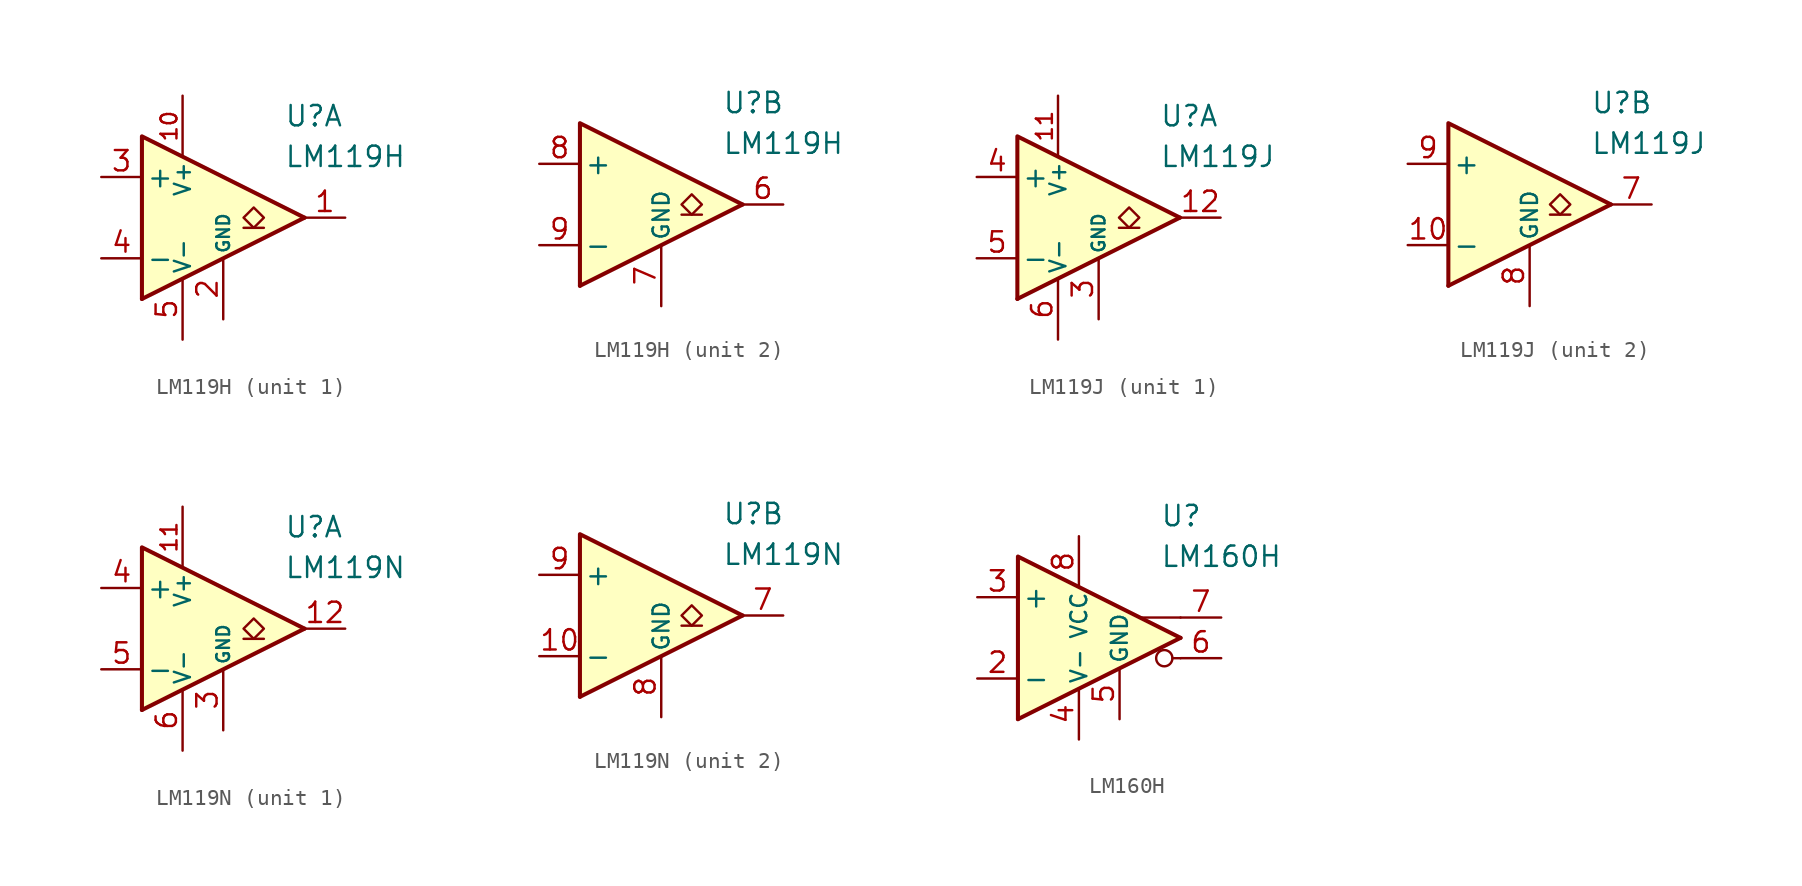
<source format=kicad_sym>
(kicad_symbol_lib
  (version 20231120)
  (generator "kicad_symbol_editor")
  (generator_version "8.0")
  (symbol "LM119H"
    (pin_names
      (offset 0.254))
    (property "Reference" "U"
      (at 6.35 6.35 0)
      (effects (font (size 1.27 1.27)) (justify left)))
    (property "Value" "LM119H"
      (at 6.35 3.81 0)
      (effects (font (size 1.27 1.27)) (justify left)))
    (property "ki_locked" ""
      (at 0 0 0)
      (effects (font (size 1.27 1.27))))
    (symbol "LM119H_0_0"
      (polyline (pts (xy 7.62 0) (xy -2.54 -5.08)) (stroke (width 0.254) (type default)) (fill (type none)))
      (polyline (pts (xy 7.62 0) (xy -2.54 5.08) (xy -2.54 -5.08)) (stroke (width 0.254) (type default)) (fill (type background))))
    (symbol "LM119H_1_1"
      (polyline (pts (xy 5.08 -0.635) (xy 3.81 -0.635)) (stroke (width 0.152) (type default)) (fill (type none)))
      (polyline (pts (xy 4.445 -0.635) (xy 3.81 0) (xy 4.445 0.635) (xy 5.08 0) (xy 4.445 -0.635)) (stroke (width 0.152) (type default)) (fill (type none)))
      (pin open_collector line (at 10.16 0 180) (length 2.54) (name "~" (effects (font (size 1.27 1.27)))) (number "1" (effects (font (size 1.27 1.27)))))
      (pin power_in line (at 0 7.62 270) (length 3.81) (name "V+" (effects (font (size 1 1)))) (number "10" (effects (font (size 1 1)))))
      (pin power_in line (at 2.54 -6.35 90) (length 3.81) (name "GND" (effects (font (size 0.8 0.8)))) (number "2" (effects (font (size 1.27 1.27)))))
      (pin input line (at -5.08 2.54 0) (length 2.54) (name "+" (effects (font (size 1.27 1.27)))) (number "3" (effects (font (size 1.27 1.27)))))
      (pin input line (at -5.08 -2.54 0) (length 2.54) (name "-" (effects (font (size 1.27 1.27)))) (number "4" (effects (font (size 1.27 1.27)))))
      (pin power_in line (at 0 -7.62 90) (length 3.81) (name "V-" (effects (font (size 1 1)))) (number "5" (effects (font (size 1.27 1.27))))))
    (symbol "LM119H_2_1"
      (polyline (pts (xy 5.08 -0.635) (xy 3.81 -0.635)) (stroke (width 0.152) (type default)) (fill (type none)))
      (polyline (pts (xy 4.445 -0.635) (xy 3.81 0) (xy 4.445 0.635) (xy 5.08 0) (xy 4.445 -0.635)) (stroke (width 0.152) (type default)) (fill (type none)))
      (pin open_collector line (at 10.16 0 180) (length 2.54) (name "~" (effects (font (size 1.27 1.27)))) (number "6" (effects (font (size 1.27 1.27)))))
      (pin power_in line (at 2.54 -6.35 90) (length 3.81) (name "GND" (effects (font (size 1 1)))) (number "7" (effects (font (size 1.27 1.27)))))
      (pin input line (at -5.08 2.54 0) (length 2.54) (name "+" (effects (font (size 1.27 1.27)))) (number "8" (effects (font (size 1.27 1.27)))))
      (pin input line (at -5.08 -2.54 0) (length 2.54) (name "-" (effects (font (size 1.27 1.27)))) (number "9" (effects (font (size 1.27 1.27)))))))
  (symbol "LM119J"
    (pin_names
      (offset 0.254))
    (property "Reference" "U"
      (at 6.35 6.35 0)
      (effects (font (size 1.27 1.27)) (justify left)))
    (property "Value" "LM119J"
      (at 6.35 3.81 0)
      (effects (font (size 1.27 1.27)) (justify left)))
    (property "ki_locked" ""
      (at 0 0 0)
      (effects (font (size 1.27 1.27))))
    (symbol "LM119J_0_0"
      (polyline (pts (xy 7.62 0) (xy -2.54 -5.08)) (stroke (width 0.254) (type default)) (fill (type none)))
      (polyline (pts (xy 7.62 0) (xy -2.54 5.08) (xy -2.54 -5.08)) (stroke (width 0.254) (type default)) (fill (type background))))
    (symbol "LM119J_1_1"
      (polyline (pts (xy 5.08 -0.635) (xy 3.81 -0.635)) (stroke (width 0.152) (type default)) (fill (type none)))
      (polyline (pts (xy 4.445 -0.635) (xy 3.81 0) (xy 4.445 0.635) (xy 5.08 0) (xy 4.445 -0.635)) (stroke (width 0.152) (type default)) (fill (type none)))
      (pin no_connect line (at 1.27 2.54 270) (length 2.54) hide (name "NC" (effects (font (size 1.27 1.27)))) (number "1" (effects (font (size 1.27 1.27)))))
      (pin power_in line (at 0 7.62 270) (length 3.81) (name "V+" (effects (font (size 1 1)))) (number "11" (effects (font (size 1 1)))))
      (pin open_collector line (at 10.16 0 180) (length 2.54) (name "~" (effects (font (size 1.27 1.27)))) (number "12" (effects (font (size 1.27 1.27)))))
      (pin no_connect line (at 1.27 -2.54 90) (length 2.54) hide (name "NC" (effects (font (size 1.27 1.27)))) (number "2" (effects (font (size 1.27 1.27)))))
      (pin power_in line (at 2.54 -6.35 90) (length 3.81) (name "GND" (effects (font (size 0.8 0.8)))) (number "3" (effects (font (size 1.27 1.27)))))
      (pin input line (at -5.08 2.54 0) (length 2.54) (name "+" (effects (font (size 1.27 1.27)))) (number "4" (effects (font (size 1.27 1.27)))))
      (pin input line (at -5.08 -2.54 0) (length 2.54) (name "-" (effects (font (size 1.27 1.27)))) (number "5" (effects (font (size 1.27 1.27)))))
      (pin power_in line (at 0 -7.62 90) (length 3.81) (name "V-" (effects (font (size 1 1)))) (number "6" (effects (font (size 1.27 1.27))))))
    (symbol "LM119J_2_1"
      (polyline (pts (xy 5.08 -0.635) (xy 3.81 -0.635)) (stroke (width 0.152) (type default)) (fill (type none)))
      (polyline (pts (xy 4.445 -0.635) (xy 3.81 0) (xy 4.445 0.635) (xy 5.08 0) (xy 4.445 -0.635)) (stroke (width 0.152) (type default)) (fill (type none)))
      (pin input line (at -5.08 -2.54 0) (length 2.54) (name "-" (effects (font (size 1.27 1.27)))) (number "10" (effects (font (size 1.27 1.27)))))
      (pin no_connect line (at 1.27 -2.54 90) (length 2.54) hide (name "NC" (effects (font (size 1.27 1.27)))) (number "13" (effects (font (size 1.27 1.27)))))
      (pin no_connect line (at 1.27 2.54 270) (length 2.54) hide (name "NC" (effects (font (size 1.27 1.27)))) (number "14" (effects (font (size 1.27 1.27)))))
      (pin open_collector line (at 10.16 0 180) (length 2.54) (name "~" (effects (font (size 1.27 1.27)))) (number "7" (effects (font (size 1.27 1.27)))))
      (pin power_in line (at 2.54 -6.35 90) (length 3.81) (name "GND" (effects (font (size 1 1)))) (number "8" (effects (font (size 1.27 1.27)))))
      (pin input line (at -5.08 2.54 0) (length 2.54) (name "+" (effects (font (size 1.27 1.27)))) (number "9" (effects (font (size 1.27 1.27)))))))
  (symbol "LM119N"
    (pin_names
      (offset 0.254))
    (property "Reference" "U"
      (at 6.35 6.35 0)
      (effects (font (size 1.27 1.27)) (justify left)))
    (property "Value" "LM119N"
      (at 6.35 3.81 0)
      (effects (font (size 1.27 1.27)) (justify left)))
    (property "ki_locked" ""
      (at 0 0 0)
      (effects (font (size 1.27 1.27))))
    (symbol "LM119N_0_0"
      (polyline (pts (xy 7.62 0) (xy -2.54 -5.08)) (stroke (width 0.254) (type default)) (fill (type none)))
      (polyline (pts (xy 7.62 0) (xy -2.54 5.08) (xy -2.54 -5.08)) (stroke (width 0.254) (type default)) (fill (type background))))
    (symbol "LM119N_1_1"
      (polyline (pts (xy 5.08 -0.635) (xy 3.81 -0.635)) (stroke (width 0.152) (type default)) (fill (type none)))
      (polyline (pts (xy 4.445 -0.635) (xy 3.81 0) (xy 4.445 0.635) (xy 5.08 0) (xy 4.445 -0.635)) (stroke (width 0.152) (type default)) (fill (type none)))
      (pin no_connect line (at 1.27 2.54 270) (length 2.54) hide (name "NC" (effects (font (size 1.27 1.27)))) (number "1" (effects (font (size 1.27 1.27)))))
      (pin power_in line (at 0 7.62 270) (length 3.81) (name "V+" (effects (font (size 1 1)))) (number "11" (effects (font (size 1 1)))))
      (pin open_collector line (at 10.16 0 180) (length 2.54) (name "~" (effects (font (size 1.27 1.27)))) (number "12" (effects (font (size 1.27 1.27)))))
      (pin no_connect line (at 1.27 -2.54 90) (length 2.54) hide (name "NC" (effects (font (size 1.27 1.27)))) (number "2" (effects (font (size 1.27 1.27)))))
      (pin power_in line (at 2.54 -6.35 90) (length 3.81) (name "GND" (effects (font (size 0.8 0.8)))) (number "3" (effects (font (size 1.27 1.27)))))
      (pin input line (at -5.08 2.54 0) (length 2.54) (name "+" (effects (font (size 1.27 1.27)))) (number "4" (effects (font (size 1.27 1.27)))))
      (pin input line (at -5.08 -2.54 0) (length 2.54) (name "-" (effects (font (size 1.27 1.27)))) (number "5" (effects (font (size 1.27 1.27)))))
      (pin power_in line (at 0 -7.62 90) (length 3.81) (name "V-" (effects (font (size 1 1)))) (number "6" (effects (font (size 1.27 1.27))))))
    (symbol "LM119N_2_1"
      (polyline (pts (xy 5.08 -0.635) (xy 3.81 -0.635)) (stroke (width 0.152) (type default)) (fill (type none)))
      (polyline (pts (xy 4.445 -0.635) (xy 3.81 0) (xy 4.445 0.635) (xy 5.08 0) (xy 4.445 -0.635)) (stroke (width 0.152) (type default)) (fill (type none)))
      (pin input line (at -5.08 -2.54 0) (length 2.54) (name "-" (effects (font (size 1.27 1.27)))) (number "10" (effects (font (size 1.27 1.27)))))
      (pin no_connect line (at 1.27 -2.54 90) (length 2.54) hide (name "NC" (effects (font (size 1.27 1.27)))) (number "13" (effects (font (size 1.27 1.27)))))
      (pin no_connect line (at 1.27 2.54 270) (length 2.54) hide (name "NC" (effects (font (size 1.27 1.27)))) (number "14" (effects (font (size 1.27 1.27)))))
      (pin open_collector line (at 10.16 0 180) (length 2.54) (name "~" (effects (font (size 1.27 1.27)))) (number "7" (effects (font (size 1.27 1.27)))))
      (pin power_in line (at 2.54 -6.35 90) (length 3.81) (name "GND" (effects (font (size 1 1)))) (number "8" (effects (font (size 1.27 1.27)))))
      (pin input line (at -5.08 2.54 0) (length 2.54) (name "+" (effects (font (size 1.27 1.27)))) (number "9" (effects (font (size 1.27 1.27)))))))
  (symbol "LM160H"
    (pin_names
      (offset 0.254))
    (property "Reference" "U"
      (at 5.08 7.62 0)
      (effects (font (size 1.27 1.27)) (justify left)))
    (property "Value" "LM160H"
      (at 5.08 5.08 0)
      (effects (font (size 1.27 1.27)) (justify left)))
    (symbol "LM160H_0_0"
      (polyline (pts (xy 6.35 -1.27) (xy 5.842 -1.27)) (stroke (width 0.152) (type default)) (fill (type none)))
      (polyline (pts (xy 6.35 0) (xy -3.81 -5.08)) (stroke (width 0.254) (type default)) (fill (type none)))
      (polyline (pts (xy 6.35 1.27) (xy 3.81 1.27)) (stroke (width 0.152) (type default)) (fill (type none)))
      (polyline (pts (xy 6.35 0) (xy -3.81 5.08) (xy -3.81 -5.08)) (stroke (width 0.254) (type default)) (fill (type background)))
      (circle (center 5.334 -1.27) (radius 0.508) (stroke (width 0.152) (type default)) (fill (type none))))
    (symbol "LM160H_1_1"
      (pin no_connect line (at -2.54 0 0) (length 2.54) hide (name "NC" (effects (font (size 1.27 1.27)))) (number "1" (effects (font (size 1.27 1.27)))))
      (pin input line (at -6.35 -2.54 0) (length 2.54) (name "-" (effects (font (size 1.27 1.27)))) (number "2" (effects (font (size 1.27 1.27)))))
      (pin input line (at -6.35 2.54 0) (length 2.54) (name "+" (effects (font (size 1.27 1.27)))) (number "3" (effects (font (size 1.27 1.27)))))
      (pin power_in line (at 0 -6.35 90) (length 3.18) (name "V-" (effects (font (size 1 1)))) (number "4" (effects (font (size 1.27 1.27)))))
      (pin power_in line (at 2.54 -5.08 90) (length 3.18) (name "GND" (effects (font (size 1 1)))) (number "5" (effects (font (size 1.27 1.27)))))
      (pin output line (at 8.89 -1.27 180) (length 2.54) (name "~" (effects (font (size 1.27 1.27)))) (number "6" (effects (font (size 1.27 1.27)))))
      (pin output line (at 8.89 1.27 180) (length 2.54) (name "~" (effects (font (size 1.27 1.27)))) (number "7" (effects (font (size 1.27 1.27)))))
      (pin power_in line (at 0 6.35 270) (length 3.18) (name "VCC" (effects (font (size 1 1)))) (number "8" (effects (font (size 1.27 1.27))))))))
</source>
